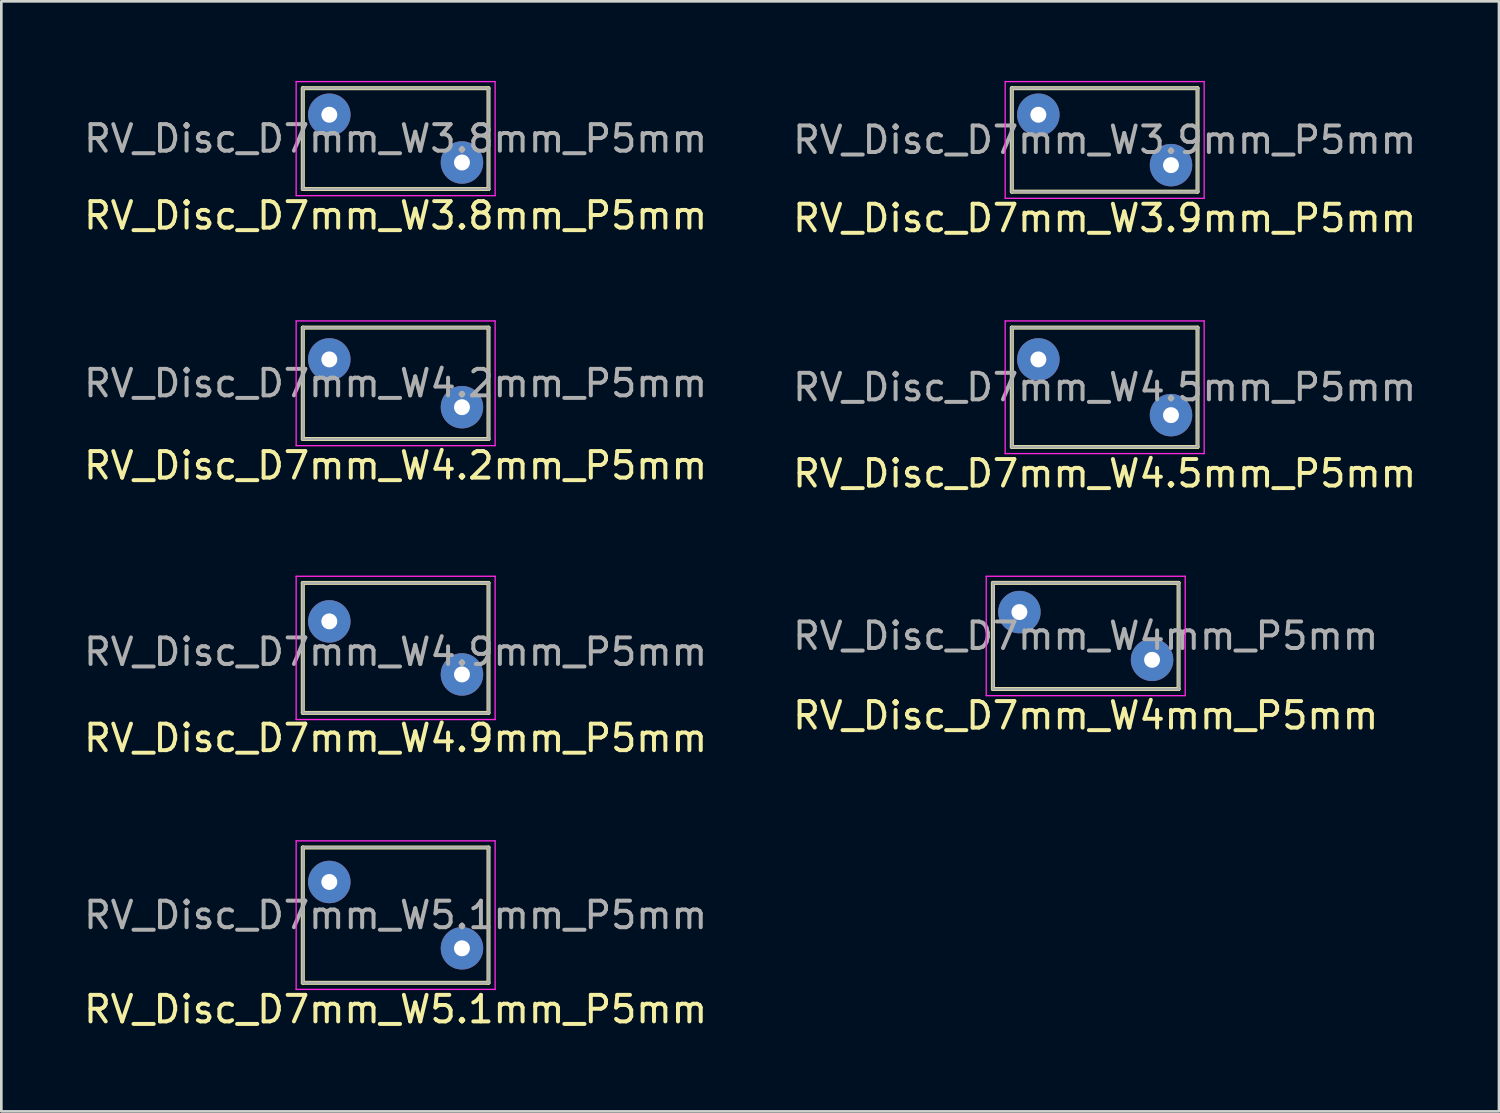
<source format=kicad_pcb>
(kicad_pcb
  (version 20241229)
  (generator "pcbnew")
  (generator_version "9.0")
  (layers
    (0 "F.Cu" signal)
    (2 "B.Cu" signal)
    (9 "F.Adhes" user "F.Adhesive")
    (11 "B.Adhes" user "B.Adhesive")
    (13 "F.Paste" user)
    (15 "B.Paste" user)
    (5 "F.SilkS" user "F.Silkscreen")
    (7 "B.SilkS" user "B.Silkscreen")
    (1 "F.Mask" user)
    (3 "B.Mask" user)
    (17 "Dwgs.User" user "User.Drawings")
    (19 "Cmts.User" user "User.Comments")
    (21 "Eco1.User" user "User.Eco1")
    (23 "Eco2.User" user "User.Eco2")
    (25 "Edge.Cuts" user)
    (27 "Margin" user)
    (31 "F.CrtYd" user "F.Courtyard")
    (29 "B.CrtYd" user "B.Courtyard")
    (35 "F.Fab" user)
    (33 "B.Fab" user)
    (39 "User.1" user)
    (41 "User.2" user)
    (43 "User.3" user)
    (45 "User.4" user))
  (footprint "RV_Disc_D7mm_W3.8mm_P5mm"
    (layer "F.Cu")
    (at 9.363 1.275)
    (property "Reference" "RV_Disc_D7mm_W3.8mm_P5mm" (at 2.5 3.8 0) (layer "F.SilkS") (effects (font (size 1 1) (thickness 0.15))))
    (attr through_hole)
    (fp_line (start -1 -1) (end -1 2.8) (stroke (width 0.15) (type solid)) (layer "F.SilkS"))
    (fp_line (start -1 -1) (end 6 -1) (stroke (width 0.15) (type solid)) (layer "F.SilkS"))
    (fp_line (start -1 2.8) (end 6 2.8) (stroke (width 0.15) (type solid)) (layer "F.SilkS"))
    (fp_line (start 6 -1) (end 6 2.8) (stroke (width 0.15) (type solid)) (layer "F.SilkS"))
    (fp_line (start -1.25 -1.25) (end -1.25 3.05) (stroke (width 0.05) (type solid)) (layer "F.CrtYd"))
    (fp_line (start -1.25 -1.25) (end 6.25 -1.25) (stroke (width 0.05) (type solid)) (layer "F.CrtYd"))
    (fp_line (start -1.25 3.05) (end 6.25 3.05) (stroke (width 0.05) (type solid)) (layer "F.CrtYd"))
    (fp_line (start 6.25 -1.25) (end 6.25 3.05) (stroke (width 0.05) (type solid)) (layer "F.CrtYd"))
    (fp_line (start -1 -1) (end -1 2.8) (stroke (width 0.1) (type solid)) (layer "F.Fab"))
    (fp_line (start -1 -1) (end 6 -1) (stroke (width 0.1) (type solid)) (layer "F.Fab"))
    (fp_line (start -1 2.8) (end 6 2.8) (stroke (width 0.1) (type solid)) (layer "F.Fab"))
    (fp_line (start 6 -1) (end 6 2.8) (stroke (width 0.1) (type solid)) (layer "F.Fab"))
    (fp_text user "${REFERENCE}" (at 2.5 0.9 0) (layer "F.Fab") (effects (font (size 1 1) (thickness 0.15))))
    (pad "1" thru_hole circle (at 0 0) (size 1.6 1.6) (drill 0.6) (layers "*.Cu" "*.Mask"))
    (pad "2" thru_hole circle (at 5 1.8) (size 1.6 1.6) (drill 0.6) (layers "*.Cu" "*.Mask")))
  (footprint "RV_Disc_D7mm_W4.2mm_P5mm"
    (layer "F.Cu")
    (at 9.363 10.498)
    (property "Reference" "RV_Disc_D7mm_W4.2mm_P5mm" (at 2.5 4 0) (layer "F.SilkS") (effects (font (size 1 1) (thickness 0.15))))
    (attr through_hole)
    (fp_line (start -1 -1.2) (end -1 3) (stroke (width 0.15) (type solid)) (layer "F.SilkS"))
    (fp_line (start -1 -1.2) (end 6 -1.2) (stroke (width 0.15) (type solid)) (layer "F.SilkS"))
    (fp_line (start -1 3) (end 6 3) (stroke (width 0.15) (type solid)) (layer "F.SilkS"))
    (fp_line (start 6 -1.2) (end 6 3) (stroke (width 0.15) (type solid)) (layer "F.SilkS"))
    (fp_line (start -1.25 -1.45) (end -1.25 3.25) (stroke (width 0.05) (type solid)) (layer "F.CrtYd"))
    (fp_line (start -1.25 -1.45) (end 6.25 -1.45) (stroke (width 0.05) (type solid)) (layer "F.CrtYd"))
    (fp_line (start -1.25 3.25) (end 6.25 3.25) (stroke (width 0.05) (type solid)) (layer "F.CrtYd"))
    (fp_line (start 6.25 -1.45) (end 6.25 3.25) (stroke (width 0.05) (type solid)) (layer "F.CrtYd"))
    (fp_line (start -1 -1.2) (end -1 3) (stroke (width 0.1) (type solid)) (layer "F.Fab"))
    (fp_line (start -1 -1.2) (end 6 -1.2) (stroke (width 0.1) (type solid)) (layer "F.Fab"))
    (fp_line (start -1 3) (end 6 3) (stroke (width 0.1) (type solid)) (layer "F.Fab"))
    (fp_line (start 6 -1.2) (end 6 3) (stroke (width 0.1) (type solid)) (layer "F.Fab"))
    (fp_text user "${REFERENCE}" (at 2.5 0.9 0) (layer "F.Fab") (effects (font (size 1 1) (thickness 0.15))))
    (pad "1" thru_hole circle (at 0 0) (size 1.6 1.6) (drill 0.6) (layers "*.Cu" "*.Mask"))
    (pad "2" thru_hole circle (at 5 1.8) (size 1.6 1.6) (drill 0.6) (layers "*.Cu" "*.Mask")))
  (footprint "RV_Disc_D7mm_W5.1mm_P5mm"
    (layer "F.Cu")
    (at 9.363 30.195)
    (property "Reference" "RV_Disc_D7mm_W5.1mm_P5mm" (at 2.5 4.8 0) (layer "F.SilkS") (effects (font (size 1 1) (thickness 0.15))))
    (attr through_hole)
    (fp_line (start -1 -1.3) (end -1 3.8) (stroke (width 0.15) (type solid)) (layer "F.SilkS"))
    (fp_line (start -1 -1.3) (end 6 -1.3) (stroke (width 0.15) (type solid)) (layer "F.SilkS"))
    (fp_line (start -1 3.8) (end 6 3.8) (stroke (width 0.15) (type solid)) (layer "F.SilkS"))
    (fp_line (start 6 -1.3) (end 6 3.8) (stroke (width 0.15) (type solid)) (layer "F.SilkS"))
    (fp_line (start -1.25 -1.55) (end -1.25 4.05) (stroke (width 0.05) (type solid)) (layer "F.CrtYd"))
    (fp_line (start -1.25 -1.55) (end 6.25 -1.55) (stroke (width 0.05) (type solid)) (layer "F.CrtYd"))
    (fp_line (start -1.25 4.05) (end 6.25 4.05) (stroke (width 0.05) (type solid)) (layer "F.CrtYd"))
    (fp_line (start 6.25 -1.55) (end 6.25 4.05) (stroke (width 0.05) (type solid)) (layer "F.CrtYd"))
    (fp_line (start -1 -1.3) (end -1 3.8) (stroke (width 0.1) (type solid)) (layer "F.Fab"))
    (fp_line (start -1 -1.3) (end 6 -1.3) (stroke (width 0.1) (type solid)) (layer "F.Fab"))
    (fp_line (start -1 3.8) (end 6 3.8) (stroke (width 0.1) (type solid)) (layer "F.Fab"))
    (fp_line (start 6 -1.3) (end 6 3.8) (stroke (width 0.1) (type solid)) (layer "F.Fab"))
    (fp_text user "${REFERENCE}" (at 2.5 1.25 0) (layer "F.Fab") (effects (font (size 1 1) (thickness 0.15))))
    (pad "1" thru_hole circle (at 0 0) (size 1.6 1.6) (drill 0.6) (layers "*.Cu" "*.Mask"))
    (pad "2" thru_hole circle (at 5 2.5) (size 1.6 1.6) (drill 0.6) (layers "*.Cu" "*.Mask")))
  (footprint "RV_Disc_D7mm_W4mm_P5mm"
    (layer "F.Cu")
    (at 35.375 20.021)
    (property "Reference" "RV_Disc_D7mm_W4mm_P5mm" (at 2.5 3.9 0) (layer "F.SilkS") (effects (font (size 1 1) (thickness 0.15))))
    (attr through_hole)
    (fp_line (start -1 -1.1) (end -1 2.9) (stroke (width 0.15) (type solid)) (layer "F.SilkS"))
    (fp_line (start -1 -1.1) (end 6 -1.1) (stroke (width 0.15) (type solid)) (layer "F.SilkS"))
    (fp_line (start -1 2.9) (end 6 2.9) (stroke (width 0.15) (type solid)) (layer "F.SilkS"))
    (fp_line (start 6 -1.1) (end 6 2.9) (stroke (width 0.15) (type solid)) (layer "F.SilkS"))
    (fp_line (start -1.25 -1.35) (end -1.25 3.15) (stroke (width 0.05) (type solid)) (layer "F.CrtYd"))
    (fp_line (start -1.25 -1.35) (end 6.25 -1.35) (stroke (width 0.05) (type solid)) (layer "F.CrtYd"))
    (fp_line (start -1.25 3.15) (end 6.25 3.15) (stroke (width 0.05) (type solid)) (layer "F.CrtYd"))
    (fp_line (start 6.25 -1.35) (end 6.25 3.15) (stroke (width 0.05) (type solid)) (layer "F.CrtYd"))
    (fp_line (start -1 -1.1) (end -1 2.9) (stroke (width 0.1) (type solid)) (layer "F.Fab"))
    (fp_line (start -1 -1.1) (end 6 -1.1) (stroke (width 0.1) (type solid)) (layer "F.Fab"))
    (fp_line (start -1 2.9) (end 6 2.9) (stroke (width 0.1) (type solid)) (layer "F.Fab"))
    (fp_line (start 6 -1.1) (end 6 2.9) (stroke (width 0.1) (type solid)) (layer "F.Fab"))
    (fp_text user "${REFERENCE}" (at 2.5 0.9 0) (layer "F.Fab") (effects (font (size 1 1) (thickness 0.15))))
    (pad "1" thru_hole circle (at 0 0) (size 1.6 1.6) (drill 0.6) (layers "*.Cu" "*.Mask"))
    (pad "2" thru_hole circle (at 5 1.8) (size 1.6 1.6) (drill 0.6) (layers "*.Cu" "*.Mask")))
  (footprint "RV_Disc_D7mm_W4.9mm_P5mm"
    (layer "F.Cu")
    (at 9.363 20.372)
    (property "Reference" "RV_Disc_D7mm_W4.9mm_P5mm" (at 2.5 4.4 0) (layer "F.SilkS") (effects (font (size 1 1) (thickness 0.15))))
    (attr through_hole)
    (fp_line (start -1 -1.45) (end -1 3.45) (stroke (width 0.15) (type solid)) (layer "F.SilkS"))
    (fp_line (start -1 -1.45) (end 6 -1.45) (stroke (width 0.15) (type solid)) (layer "F.SilkS"))
    (fp_line (start -1 3.45) (end 6 3.45) (stroke (width 0.15) (type solid)) (layer "F.SilkS"))
    (fp_line (start 6 -1.45) (end 6 3.45) (stroke (width 0.15) (type solid)) (layer "F.SilkS"))
    (fp_line (start -1.25 -1.7) (end -1.25 3.7) (stroke (width 0.05) (type solid)) (layer "F.CrtYd"))
    (fp_line (start -1.25 -1.7) (end 6.25 -1.7) (stroke (width 0.05) (type solid)) (layer "F.CrtYd"))
    (fp_line (start -1.25 3.7) (end 6.25 3.7) (stroke (width 0.05) (type solid)) (layer "F.CrtYd"))
    (fp_line (start 6.25 -1.7) (end 6.25 3.7) (stroke (width 0.05) (type solid)) (layer "F.CrtYd"))
    (fp_line (start -1 -1.45) (end -1 3.45) (stroke (width 0.1) (type solid)) (layer "F.Fab"))
    (fp_line (start -1 -1.45) (end 6 -1.45) (stroke (width 0.1) (type solid)) (layer "F.Fab"))
    (fp_line (start -1 3.45) (end 6 3.45) (stroke (width 0.1) (type solid)) (layer "F.Fab"))
    (fp_line (start 6 -1.45) (end 6 3.44) (stroke (width 0.1) (type solid)) (layer "F.Fab"))
    (fp_text user "${REFERENCE}" (at 2.5 1.15 0) (layer "F.Fab") (effects (font (size 1 1) (thickness 0.15))))
    (pad "1" thru_hole circle (at 0 0) (size 1.6 1.6) (drill 0.6) (layers "*.Cu" "*.Mask"))
    (pad "2" thru_hole circle (at 5 2) (size 1.6 1.6) (drill 0.6) (layers "*.Cu" "*.Mask")))
  (footprint "RV_Disc_D7mm_W4.5mm_P5mm"
    (layer "F.Cu")
    (at 36.089 10.498)
    (property "Reference" "RV_Disc_D7mm_W4.5mm_P5mm" (at 2.5 4.3 0) (layer "F.SilkS") (effects (font (size 1 1) (thickness 0.15))))
    (attr through_hole)
    (fp_line (start -1 -1.2) (end -1 3.3) (stroke (width 0.15) (type solid)) (layer "F.SilkS"))
    (fp_line (start -1 -1.2) (end 6 -1.2) (stroke (width 0.15) (type solid)) (layer "F.SilkS"))
    (fp_line (start -1 3.3) (end 6 3.3) (stroke (width 0.15) (type solid)) (layer "F.SilkS"))
    (fp_line (start 6 -1.2) (end 6 3.3) (stroke (width 0.15) (type solid)) (layer "F.SilkS"))
    (fp_line (start -1.25 -1.45) (end -1.25 3.55) (stroke (width 0.05) (type solid)) (layer "F.CrtYd"))
    (fp_line (start -1.25 -1.45) (end 6.25 -1.45) (stroke (width 0.05) (type solid)) (layer "F.CrtYd"))
    (fp_line (start -1.25 3.55) (end 6.25 3.55) (stroke (width 0.05) (type solid)) (layer "F.CrtYd"))
    (fp_line (start 6.25 -1.45) (end 6.25 3.55) (stroke (width 0.05) (type solid)) (layer "F.CrtYd"))
    (fp_line (start -1 -1.2) (end -1 3.3) (stroke (width 0.1) (type solid)) (layer "F.Fab"))
    (fp_line (start -1 -1.2) (end 6 -1.2) (stroke (width 0.1) (type solid)) (layer "F.Fab"))
    (fp_line (start -1 3.3) (end 6 3.3) (stroke (width 0.1) (type solid)) (layer "F.Fab"))
    (fp_line (start 6 -1.2) (end 6 3.3) (stroke (width 0.1) (type solid)) (layer "F.Fab"))
    (fp_text user "${REFERENCE}" (at 2.5 1.05 0) (layer "F.Fab") (effects (font (size 1 1) (thickness 0.15))))
    (pad "1" thru_hole circle (at 0 0) (size 1.6 1.6) (drill 0.6) (layers "*.Cu" "*.Mask"))
    (pad "2" thru_hole circle (at 5 2.1) (size 1.6 1.6) (drill 0.6) (layers "*.Cu" "*.Mask")))
  (footprint "RV_Disc_D7mm_W3.9mm_P5mm"
    (layer "F.Cu")
    (at 36.089 1.275)
    (property "Reference" "RV_Disc_D7mm_W3.9mm_P5mm" (at 2.5 3.9 0) (layer "F.SilkS") (effects (font (size 1 1) (thickness 0.15))))
    (attr through_hole)
    (fp_line (start -1 -1) (end -1 2.9) (stroke (width 0.15) (type solid)) (layer "F.SilkS"))
    (fp_line (start -1 -1) (end 6 -1) (stroke (width 0.15) (type solid)) (layer "F.SilkS"))
    (fp_line (start -1 2.9) (end 6 2.9) (stroke (width 0.15) (type solid)) (layer "F.SilkS"))
    (fp_line (start 6 -1) (end 6 2.9) (stroke (width 0.15) (type solid)) (layer "F.SilkS"))
    (fp_line (start -1.25 -1.25) (end -1.25 3.15) (stroke (width 0.05) (type solid)) (layer "F.CrtYd"))
    (fp_line (start -1.25 -1.25) (end 6.25 -1.25) (stroke (width 0.05) (type solid)) (layer "F.CrtYd"))
    (fp_line (start -1.25 3.15) (end 6.25 3.15) (stroke (width 0.05) (type solid)) (layer "F.CrtYd"))
    (fp_line (start 6.25 -1.25) (end 6.25 3.15) (stroke (width 0.05) (type solid)) (layer "F.CrtYd"))
    (fp_line (start -1 -1) (end -1 2.9) (stroke (width 0.1) (type solid)) (layer "F.Fab"))
    (fp_line (start -1 -1) (end 6 -1) (stroke (width 0.1) (type solid)) (layer "F.Fab"))
    (fp_line (start -1 2.9) (end 6 2.9) (stroke (width 0.1) (type solid)) (layer "F.Fab"))
    (fp_line (start 6 -1) (end 6 2.9) (stroke (width 0.1) (type solid)) (layer "F.Fab"))
    (fp_text user "${REFERENCE}" (at 2.5 0.95 0) (layer "F.Fab") (effects (font (size 1 1) (thickness 0.15))))
    (pad "1" thru_hole circle (at 0 0) (size 1.6 1.6) (drill 0.6) (layers "*.Cu" "*.Mask"))
    (pad "2" thru_hole circle (at 5 1.9) (size 1.6 1.6) (drill 0.6) (layers "*.Cu" "*.Mask")))
  (gr_rect
    (start -3 -3)
    (end 53.452 38.843)
    (stroke (width 0.1) (type default))
    (fill no)
    (layer "Edge.Cuts")))
</source>
